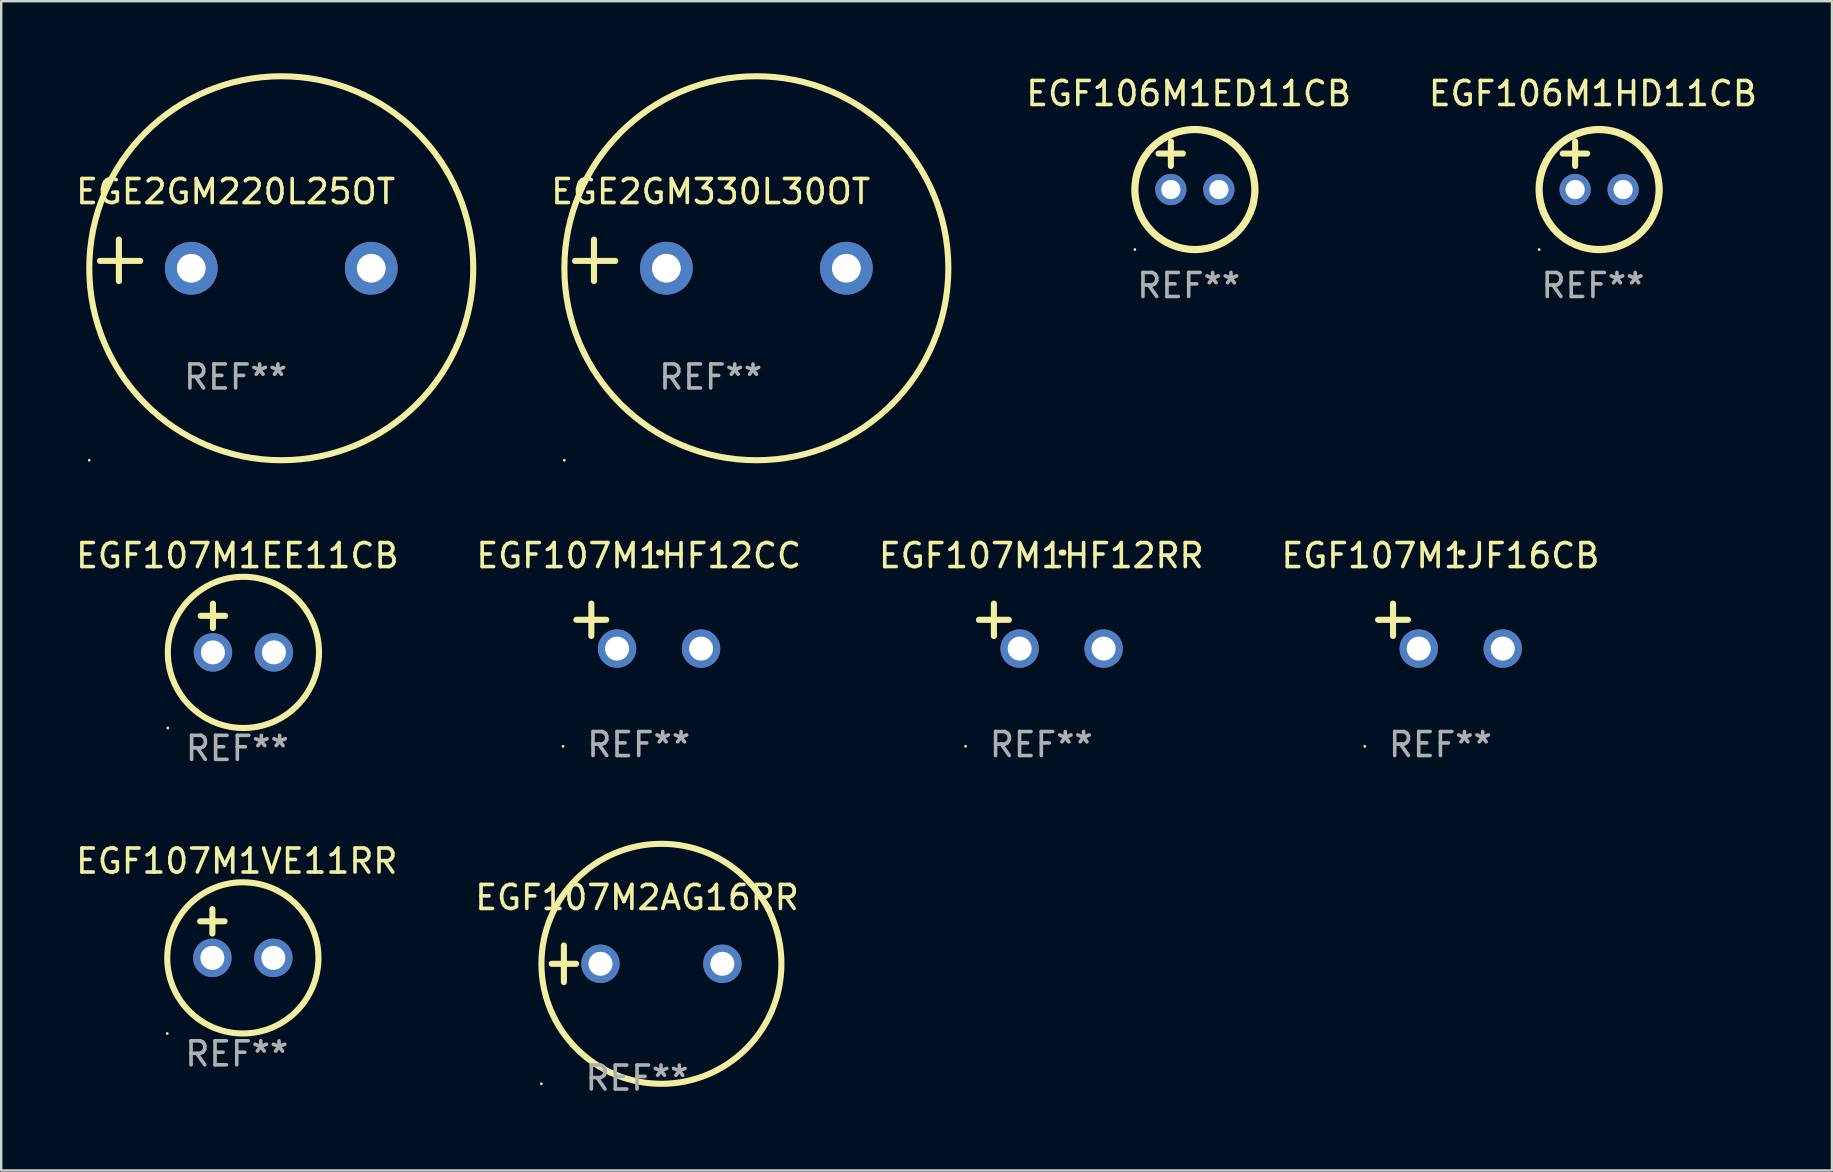
<source format=kicad_pcb>
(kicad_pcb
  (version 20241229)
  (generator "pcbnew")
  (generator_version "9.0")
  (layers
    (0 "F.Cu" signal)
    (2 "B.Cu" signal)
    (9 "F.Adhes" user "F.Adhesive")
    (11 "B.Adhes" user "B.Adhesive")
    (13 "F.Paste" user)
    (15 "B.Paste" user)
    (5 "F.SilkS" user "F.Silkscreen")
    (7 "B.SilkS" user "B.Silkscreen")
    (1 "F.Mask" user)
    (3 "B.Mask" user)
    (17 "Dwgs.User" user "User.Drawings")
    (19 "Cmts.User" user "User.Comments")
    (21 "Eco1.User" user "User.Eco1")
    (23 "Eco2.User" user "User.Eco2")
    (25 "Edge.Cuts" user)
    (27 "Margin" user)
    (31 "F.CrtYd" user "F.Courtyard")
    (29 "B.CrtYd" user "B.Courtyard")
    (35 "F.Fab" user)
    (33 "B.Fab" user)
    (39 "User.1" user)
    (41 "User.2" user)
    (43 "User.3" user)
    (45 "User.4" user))
  (footprint "EGF107M1EE11CB"
    (layer "F.Cu")
    (at 6.839 23.118)
    (property "Reference" "EGF107M1EE11CB" (at 0 -3.016 0) (layer "F.SilkS") (effects (font (size 1 1) (thickness 0.15))))
    (attr through_hole)
    (fp_line (start -1.524 -0.508) (end -0.508 -0.508) (stroke (width 0.254) (type solid)) (layer "F.SilkS"))
    (fp_line (start -1.016 -1.016) (end -1.016 0) (stroke (width 0.254) (type solid)) (layer "F.SilkS"))
    (fp_circle (center -2.896 4.166) (end -2.866 4.166) (stroke (width 0.06) (type solid)) (fill no) (layer "F.SilkS"))
    (fp_circle (center 0.254 1.016) (end 3.404 1.016) (stroke (width 0.254) (type solid)) (fill no) (layer "F.SilkS"))
    (fp_text user "REF**" (at 0 5.016 0) (layer "F.Fab") (effects (font (size 1 1) (thickness 0.15))))
    (pad "1" thru_hole circle (at -1.016 1.016) (size 1.6 1.6) (drill 1) (layers "*.Cu" "*.Mask"))
    (pad "2" thru_hole circle (at 1.524 1.016) (size 1.6 1.6) (drill 1) (layers "*.Cu" "*.Mask")))
  (footprint "EGF107M1JF16CB"
    (layer "F.Cu")
    (at 56.97 23.039)
    (property "Reference" "EGF107M1JF16CB" (at 0 -2.937 0) (layer "F.SilkS") (effects (font (size 1 1) (thickness 0.15))))
    (attr through_hole)
    (fp_line (start -1.975 0.41) (end -1.975 -0.937) (stroke (width 0.254) (type solid)) (layer "F.SilkS"))
    (fp_line (start -1.353 -0.263) (end -2.597 -0.263) (stroke (width 0.254) (type solid)) (layer "F.SilkS"))
    (fp_arc (start 0.849809 -3.063957) (mid 0.885369 -3.064114) (end 0.920929 -3.063957) (stroke (width 0.254001) (type solid)) (layer "F.SilkS"))
    (fp_circle (center -3.154 5.008) (end -3.124 5.008) (stroke (width 0.06) (type solid)) (fill no) (layer "F.SilkS"))
    (fp_text user "REF**" (at 0 4.937 0) (layer "F.Fab") (effects (font (size 1 1) (thickness 0.15))))
    (pad "1" thru_hole circle (at -0.903 0.937) (size 1.6 1.6) (drill 1) (layers "*.Cu" "*.Mask"))
    (pad "2" thru_hole circle (at 2.597 0.937) (size 1.6 1.6) (drill 1) (layers "*.Cu" "*.Mask")))
  (footprint "EGF107M1HF12RR"
    (layer "F.Cu")
    (at 40.339 23.039)
    (property "Reference" "EGF107M1HF12RR" (at 0 -2.937 0) (layer "F.SilkS") (effects (font (size 1 1) (thickness 0.15))))
    (attr through_hole)
    (fp_line (start -1.975 0.41) (end -1.975 -0.937) (stroke (width 0.254) (type solid)) (layer "F.SilkS"))
    (fp_line (start -1.353 -0.263) (end -2.597 -0.263) (stroke (width 0.254) (type solid)) (layer "F.SilkS"))
    (fp_arc (start 0.849809 -3.063957) (mid 0.885369 -3.064114) (end 0.920929 -3.063957) (stroke (width 0.254001) (type solid)) (layer "F.SilkS"))
    (fp_circle (center -3.154 5.008) (end -3.124 5.008) (stroke (width 0.06) (type solid)) (fill no) (layer "F.SilkS"))
    (fp_text user "REF**" (at 0 4.937 0) (layer "F.Fab") (effects (font (size 1 1) (thickness 0.15))))
    (pad "1" thru_hole circle (at -0.903 0.937) (size 1.6 1.6) (drill 1) (layers "*.Cu" "*.Mask"))
    (pad "2" thru_hole circle (at 2.597 0.937) (size 1.6 1.6) (drill 1) (layers "*.Cu" "*.Mask")))
  (footprint "EGF106M1ED11CB"
    (layer "F.Cu")
    (at 46.48 3.848)
    (property "Reference" "EGF106M1ED11CB" (at 0 -3 0) (layer "F.SilkS") (effects (font (size 1 1) (thickness 0.15))))
    (attr through_hole)
    (fp_line (start -1.258 -0.5) (end -0.242 -0.5) (stroke (width 0.254) (type solid)) (layer "F.SilkS"))
    (fp_line (start -0.742 -1) (end -0.742 0.016) (stroke (width 0.254) (type solid)) (layer "F.SilkS"))
    (fp_circle (center -2.242 3.5) (end -2.212 3.5) (stroke (width 0.06) (type solid)) (fill no) (layer "F.SilkS"))
    (fp_circle (center 0.258 1) (end 2.758 1) (stroke (width 0.3) (type solid)) (fill no) (layer "F.SilkS"))
    (fp_text user "REF**" (at 0 5 0) (layer "F.Fab") (effects (font (size 1 1) (thickness 0.15))))
    (pad "1" thru_hole circle (at -0.742 1) (size 1.3 1.3) (drill 0.8) (layers "*.Cu" "*.Mask"))
    (pad "2" thru_hole circle (at 1.258 1) (size 1.3 1.3) (drill 0.8) (layers "*.Cu" "*.Mask")))
  (footprint "EGF107M2AG16RR"
    (layer "F.Cu")
    (at 23.494 37.11)
    (property "Reference" "EGF107M2AG16RR" (at 0 -2.762 0) (layer "F.SilkS") (effects (font (size 1 1) (thickness 0.15))))
    (attr through_hole)
    (fp_line (start -3.556 0) (end -2.54 0) (stroke (width 0.254) (type solid)) (layer "F.SilkS"))
    (fp_line (start -3.048 -0.762) (end -3.048 0.762) (stroke (width 0.254) (type solid)) (layer "F.SilkS"))
    (fp_circle (center -3.984 5) (end -3.954 5) (stroke (width 0.06) (type solid)) (fill no) (layer "F.SilkS"))
    (fp_circle (center 1.016 0) (end 6.016 0) (stroke (width 0.254) (type solid)) (fill no) (layer "F.SilkS"))
    (fp_text user "REF**" (at 0 4.762 0) (layer "F.Fab") (effects (font (size 1 1) (thickness 0.15))))
    (pad "1" thru_hole circle (at -1.524 0) (size 1.6 1.6) (drill 1) (layers "*.Cu" "*.Mask"))
    (pad "2" thru_hole circle (at 3.556 0) (size 1.6 1.6) (drill 1) (layers "*.Cu" "*.Mask")))
  (footprint "EGF107M1HF12CC"
    (layer "F.Cu")
    (at 23.565 23.039)
    (property "Reference" "EGF107M1HF12CC" (at 0 -2.937 0) (layer "F.SilkS") (effects (font (size 1 1) (thickness 0.15))))
    (attr through_hole)
    (fp_line (start -1.975 0.41) (end -1.975 -0.937) (stroke (width 0.254) (type solid)) (layer "F.SilkS"))
    (fp_line (start -1.353 -0.263) (end -2.597 -0.263) (stroke (width 0.254) (type solid)) (layer "F.SilkS"))
    (fp_arc (start 0.849809 -3.063957) (mid 0.885369 -3.064114) (end 0.920929 -3.063957) (stroke (width 0.254001) (type solid)) (layer "F.SilkS"))
    (fp_circle (center -3.154 5.008) (end -3.124 5.008) (stroke (width 0.06) (type solid)) (fill no) (layer "F.SilkS"))
    (fp_text user "REF**" (at 0 4.937 0) (layer "F.Fab") (effects (font (size 1 1) (thickness 0.15))))
    (pad "1" thru_hole circle (at -0.903 0.937) (size 1.6 1.6) (drill 1) (layers "*.Cu" "*.Mask"))
    (pad "2" thru_hole circle (at 2.597 0.937) (size 1.6 1.6) (drill 1) (layers "*.Cu" "*.Mask")))
  (footprint "EGF106M1HD11CB"
    (layer "F.Cu")
    (at 63.325 3.848)
    (property "Reference" "EGF106M1HD11CB" (at 0 -3 0) (layer "F.SilkS") (effects (font (size 1 1) (thickness 0.15))))
    (attr through_hole)
    (fp_line (start -1.258 -0.5) (end -0.242 -0.5) (stroke (width 0.254) (type solid)) (layer "F.SilkS"))
    (fp_line (start -0.742 -1) (end -0.742 0.016) (stroke (width 0.254) (type solid)) (layer "F.SilkS"))
    (fp_circle (center -2.242 3.5) (end -2.212 3.5) (stroke (width 0.06) (type solid)) (fill no) (layer "F.SilkS"))
    (fp_circle (center 0.258 1) (end 2.758 1) (stroke (width 0.3) (type solid)) (fill no) (layer "F.SilkS"))
    (fp_text user "REF**" (at 0 5 0) (layer "F.Fab") (effects (font (size 1 1) (thickness 0.15))))
    (pad "1" thru_hole circle (at -0.742 1) (size 1.3 1.3) (drill 0.8) (layers "*.Cu" "*.Mask"))
    (pad "2" thru_hole circle (at 1.258 1) (size 1.3 1.3) (drill 0.8) (layers "*.Cu" "*.Mask")))
  (footprint "EGE2GM330L30OT"
    (layer "F.Cu")
    (at 26.564 7.797)
    (property "Reference" "EGE2GM330L30OT" (at 0 -2.864 0) (layer "F.SilkS") (effects (font (size 1 1) (thickness 0.15))))
    (attr through_hole)
    (fp_line (start -4.864 0.864) (end -4.864 -0.864) (stroke (width 0.254) (type solid)) (layer "F.SilkS"))
    (fp_line (start -3.975 0.025) (end -5.652 0.025) (stroke (width 0.254) (type solid)) (layer "F.SilkS"))
    (fp_circle (center -6.098 8.33) (end -6.068 8.33) (stroke (width 0.06) (type solid)) (fill no) (layer "F.SilkS"))
    (fp_circle (center 1.902 0.33) (end 9.902 0.33) (stroke (width 0.254) (type solid)) (fill no) (layer "F.SilkS"))
    (fp_text user "REF**" (at 0 4.864 0) (layer "F.Fab") (effects (font (size 1 1) (thickness 0.15))))
    (pad "1" thru_hole circle (at -1.848 0.33) (size 2.2 2.2) (drill 1.2) (layers "*.Cu" "*.Mask"))
    (pad "2" thru_hole circle (at 5.652 0.33) (size 2.2 2.2) (drill 1.2) (layers "*.Cu" "*.Mask")))
  (footprint "EGF107M1VE11RR"
    (layer "F.Cu")
    (at 6.815 35.847)
    (property "Reference" "EGF107M1VE11RR" (at 0 -3.016 0) (layer "F.SilkS") (effects (font (size 1 1) (thickness 0.15))))
    (attr through_hole)
    (fp_line (start -1.524 -0.508) (end -0.508 -0.508) (stroke (width 0.254) (type solid)) (layer "F.SilkS"))
    (fp_line (start -1.016 -1.016) (end -1.016 0) (stroke (width 0.254) (type solid)) (layer "F.SilkS"))
    (fp_circle (center -2.896 4.166) (end -2.866 4.166) (stroke (width 0.06) (type solid)) (fill no) (layer "F.SilkS"))
    (fp_circle (center 0.254 1.016) (end 3.404 1.016) (stroke (width 0.254) (type solid)) (fill no) (layer "F.SilkS"))
    (fp_text user "REF**" (at 0 5.016 0) (layer "F.Fab") (effects (font (size 1 1) (thickness 0.15))))
    (pad "1" thru_hole circle (at -1.016 1.016) (size 1.6 1.6) (drill 1) (layers "*.Cu" "*.Mask"))
    (pad "2" thru_hole circle (at 1.524 1.016) (size 1.6 1.6) (drill 1) (layers "*.Cu" "*.Mask")))
  (footprint "EGE2GM220L25OT"
    (layer "F.Cu")
    (at 6.768 7.797)
    (property "Reference" "EGE2GM220L25OT" (at 0 -2.864 0) (layer "F.SilkS") (effects (font (size 1 1) (thickness 0.15))))
    (attr through_hole)
    (fp_line (start -4.864 0.864) (end -4.864 -0.864) (stroke (width 0.254) (type solid)) (layer "F.SilkS"))
    (fp_line (start -3.975 0.025) (end -5.652 0.025) (stroke (width 0.254) (type solid)) (layer "F.SilkS"))
    (fp_circle (center -6.098 8.33) (end -6.068 8.33) (stroke (width 0.06) (type solid)) (fill no) (layer "F.SilkS"))
    (fp_circle (center 1.902 0.33) (end 9.902 0.33) (stroke (width 0.254) (type solid)) (fill no) (layer "F.SilkS"))
    (fp_text user "REF**" (at 0 4.864 0) (layer "F.Fab") (effects (font (size 1 1) (thickness 0.15))))
    (pad "1" thru_hole circle (at -1.848 0.33) (size 2.2 2.2) (drill 1.2) (layers "*.Cu" "*.Mask"))
    (pad "2" thru_hole circle (at 5.652 0.33) (size 2.2 2.2) (drill 1.2) (layers "*.Cu" "*.Mask")))
  (gr_rect
    (start -3 -3)
    (end 73.283 45.72)
    (stroke (width 0.1) (type default))
    (fill no)
    (layer "Edge.Cuts")))
</source>
